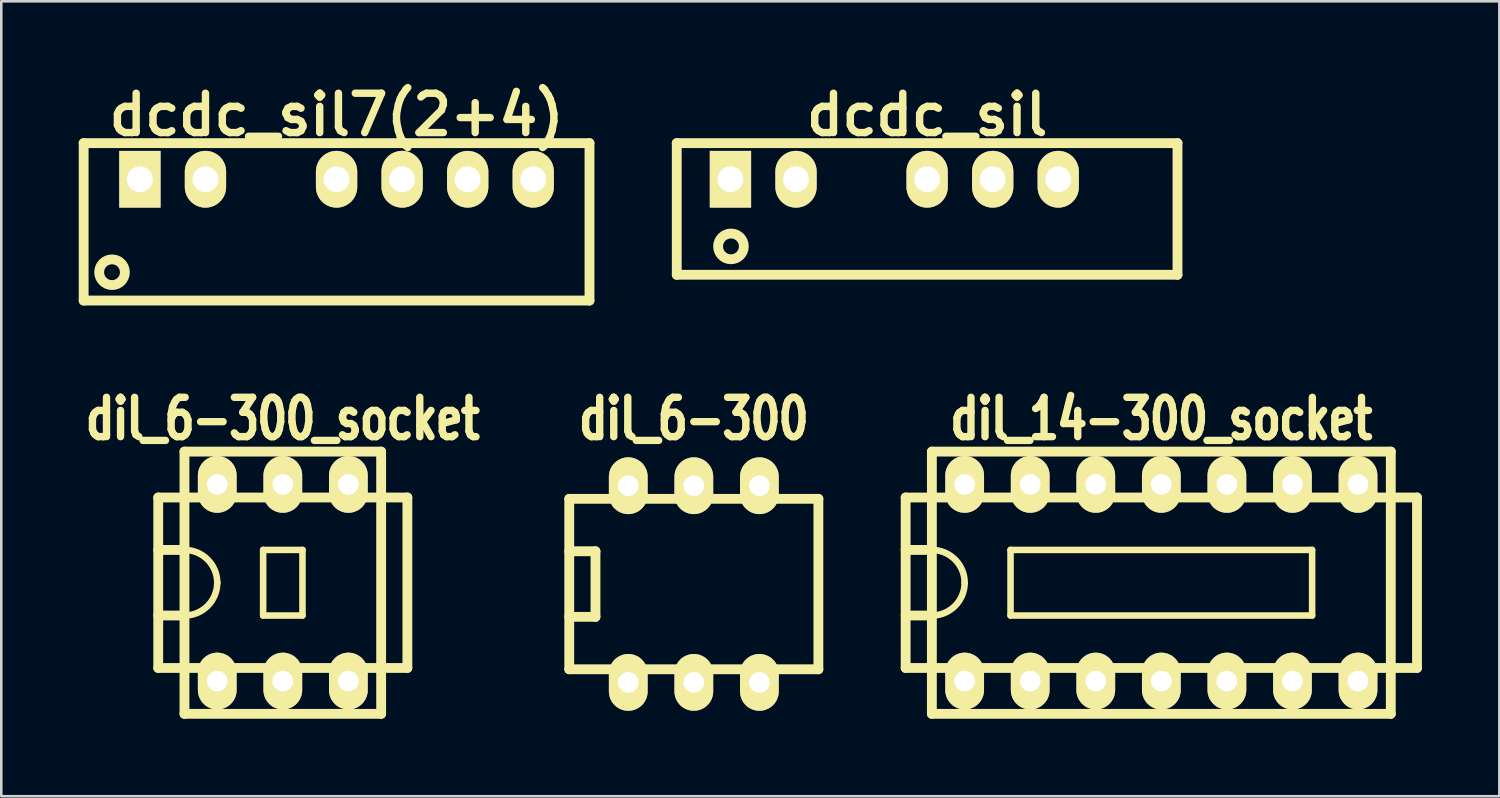
<source format=kicad_pcb>
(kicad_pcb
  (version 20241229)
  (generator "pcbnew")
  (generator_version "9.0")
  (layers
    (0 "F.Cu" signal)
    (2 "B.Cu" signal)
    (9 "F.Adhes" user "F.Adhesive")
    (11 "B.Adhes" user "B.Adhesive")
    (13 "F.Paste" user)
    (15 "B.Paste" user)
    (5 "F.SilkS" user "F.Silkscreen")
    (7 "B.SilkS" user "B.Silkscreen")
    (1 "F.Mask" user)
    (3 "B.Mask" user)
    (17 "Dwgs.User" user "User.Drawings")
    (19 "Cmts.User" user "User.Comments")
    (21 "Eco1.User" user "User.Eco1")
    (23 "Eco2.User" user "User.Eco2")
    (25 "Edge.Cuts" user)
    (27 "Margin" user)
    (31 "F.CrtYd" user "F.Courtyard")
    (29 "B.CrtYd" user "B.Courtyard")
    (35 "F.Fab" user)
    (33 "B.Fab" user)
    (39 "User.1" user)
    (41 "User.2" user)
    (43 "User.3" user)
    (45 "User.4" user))
  (footprint "dil_6-300_socket"
    (layer "F.Cu")
    (at 7.907 19.527)
    (property "Reference" "dil_6-300_socket" (at 0 -6.35 0) (layer "F.SilkS") (effects (font (size 1.524 1.143) (thickness 0.287))))
    (attr through_hole)
    (fp_line (start -4.826 -3.302) (end 4.826 -3.302) (stroke (width 0.381) (type solid)) (layer "F.SilkS"))
    (fp_line (start -4.826 3.302) (end -4.826 -3.302) (stroke (width 0.381) (type solid)) (layer "F.SilkS"))
    (fp_line (start -3.81 -5.08) (end 3.81 -5.08) (stroke (width 0.381) (type solid)) (layer "F.SilkS"))
    (fp_line (start -3.81 -1.27) (end -4.826 -1.27) (stroke (width 0.381) (type solid)) (layer "F.SilkS"))
    (fp_line (start -3.81 1.27) (end -4.826 1.27) (stroke (width 0.381) (type solid)) (layer "F.SilkS"))
    (fp_line (start -3.81 5.08) (end -3.81 -5.08) (stroke (width 0.381) (type solid)) (layer "F.SilkS"))
    (fp_line (start -0.762 -1.27) (end -0.762 1.27) (stroke (width 0.254) (type solid)) (layer "F.SilkS"))
    (fp_line (start -0.762 1.27) (end 0.762 1.27) (stroke (width 0.254) (type solid)) (layer "F.SilkS"))
    (fp_line (start 0.762 -1.27) (end -0.762 -1.27) (stroke (width 0.254) (type solid)) (layer "F.SilkS"))
    (fp_line (start 0.762 1.27) (end 0.762 -1.27) (stroke (width 0.254) (type solid)) (layer "F.SilkS"))
    (fp_line (start 3.81 -5.08) (end 3.81 5.08) (stroke (width 0.381) (type solid)) (layer "F.SilkS"))
    (fp_line (start 3.81 5.08) (end -3.81 5.08) (stroke (width 0.381) (type solid)) (layer "F.SilkS"))
    (fp_line (start 4.826 -3.302) (end 4.826 3.302) (stroke (width 0.381) (type solid)) (layer "F.SilkS"))
    (fp_line (start 4.826 3.302) (end -4.826 3.302) (stroke (width 0.381) (type solid)) (layer "F.SilkS"))
    (fp_arc (start -3.81 -1.27) (mid -2.911974 -0.898026) (end -2.54 0) (stroke (width 0.254) (type solid)) (layer "F.SilkS"))
    (fp_arc (start -2.54 0) (mid -2.911974 0.898026) (end -3.81 1.27) (stroke (width 0.254) (type solid)) (layer "F.SilkS"))
    (pad "1" thru_hole oval (at -2.54 3.81) (size 1.501 2.2) (drill 0.8) (layers "*.Cu" "*.Mask" "F.SilkS"))
    (pad "2" thru_hole oval (at 0 3.81) (size 1.501 2.2) (drill 0.8) (layers "*.Cu" "*.Mask" "F.SilkS"))
    (pad "3" thru_hole oval (at 2.54 3.81) (size 1.501 2.2) (drill 0.8) (layers "*.Cu" "*.Mask" "F.SilkS"))
    (pad "4" thru_hole oval (at 2.54 -3.81) (size 1.501 2.2) (drill 0.8) (layers "*.Cu" "*.Mask" "F.SilkS"))
    (pad "5" thru_hole oval (at 0 -3.81) (size 1.501 2.2) (drill 0.8) (layers "*.Cu" "*.Mask" "F.SilkS"))
    (pad "6" thru_hole oval (at -2.54 -3.81) (size 1.501 2.2) (drill 0.8) (layers "*.Cu" "*.Mask" "F.SilkS")))
  (footprint "dcdc_sil7(2+4)"
    (layer "F.Cu")
    (at 9.99 3.895)
    (property "Reference" "dcdc_sil7(2+4)" (at 0 -2.499 0) (layer "F.SilkS") (effects (font (size 1.524 1.524) (thickness 0.287))))
    (attr through_hole)
    (fp_line (start -9.799 -1.4) (end -9.799 4.699) (stroke (width 0.381) (type solid)) (layer "F.SilkS"))
    (fp_line (start -9.799 -1.4) (end 9.799 -1.4) (stroke (width 0.381) (type solid)) (layer "F.SilkS"))
    (fp_line (start -9.799 4.699) (end 9.799 4.699) (stroke (width 0.381) (type solid)) (layer "F.SilkS"))
    (fp_line (start 9.799 4.699) (end 9.799 -1.4) (stroke (width 0.381) (type solid)) (layer "F.SilkS"))
    (fp_circle (center -8.7 3.602) (end -8.999 4) (stroke (width 0.381) (type solid)) (fill no) (layer "F.SilkS"))
    (pad "1" thru_hole rect (at -7.62 0) (size 1.6 2.197) (drill 1.001) (layers "*.Cu" "*.Mask" "F.SilkS"))
    (pad "2" thru_hole oval (at -5.08 0) (size 1.6 2.2) (drill 1.001) (layers "*.Cu" "*.Mask" "F.SilkS"))
    (pad "4" thru_hole oval (at 0 0) (size 1.6 2.2) (drill 1.001) (layers "*.Cu" "*.Mask" "F.SilkS"))
    (pad "5" thru_hole oval (at 2.54 0) (size 1.6 2.2) (drill 1.001) (layers "*.Cu" "*.Mask" "F.SilkS"))
    (pad "6" thru_hole oval (at 5.08 0) (size 1.6 2.197) (drill 1.001) (layers "*.Cu" "*.Mask" "F.SilkS"))
    (pad "7" thru_hole oval (at 7.62 0) (size 1.6 2.197) (drill 1.001) (layers "*.Cu" "*.Mask" "F.SilkS")))
  (footprint "dcdc_sil"
    (layer "F.Cu")
    (at 32.87 3.895)
    (property "Reference" "dcdc_sil" (at 0 -2.499 0) (layer "F.SilkS") (effects (font (size 1.524 1.524) (thickness 0.287))))
    (attr through_hole)
    (fp_line (start -9.7 -1.4) (end 9.7 -1.4) (stroke (width 0.381) (type solid)) (layer "F.SilkS"))
    (fp_line (start -9.7 3.701) (end -9.7 -1.4) (stroke (width 0.381) (type solid)) (layer "F.SilkS"))
    (fp_line (start 9.7 -1.4) (end 9.7 3.701) (stroke (width 0.381) (type solid)) (layer "F.SilkS"))
    (fp_line (start 9.7 3.701) (end -9.7 3.701) (stroke (width 0.381) (type solid)) (layer "F.SilkS"))
    (fp_circle (center -7.6 2.601) (end -7.899 3) (stroke (width 0.381) (type solid)) (fill no) (layer "F.SilkS"))
    (pad "1" thru_hole rect (at -7.62 0) (size 1.6 2.197) (drill 1.001) (layers "*.Cu" "*.Mask" "F.SilkS"))
    (pad "2" thru_hole oval (at -5.08 0) (size 1.6 2.2) (drill 1.001) (layers "*.Cu" "*.Mask" "F.SilkS"))
    (pad "4" thru_hole oval (at 0 0) (size 1.6 2.2) (drill 1.001) (layers "*.Cu" "*.Mask" "F.SilkS"))
    (pad "5" thru_hole oval (at 2.54 0) (size 1.6 2.2) (drill 1.001) (layers "*.Cu" "*.Mask" "F.SilkS"))
    (pad "6" thru_hole oval (at 5.08 0) (size 1.6 2.2) (drill 1.001) (layers "*.Cu" "*.Mask" "F.SilkS")))
  (footprint "dil_6-300"
    (layer "F.Cu")
    (at 23.831 19.578)
    (property "Reference" "dil_6-300" (at 0 -6.401 0) (layer "F.SilkS") (effects (font (size 1.524 1.143) (thickness 0.287))))
    (attr through_hole)
    (fp_line (start -4.826 -3.302) (end 4.826 -3.302) (stroke (width 0.381) (type solid)) (layer "F.SilkS"))
    (fp_line (start -4.826 3.302) (end -4.826 -3.302) (stroke (width 0.381) (type solid)) (layer "F.SilkS"))
    (fp_line (start -3.81 -1.27) (end -4.826 -1.27) (stroke (width 0.381) (type solid)) (layer "F.SilkS"))
    (fp_line (start -3.81 -1.27) (end -3.81 1.27) (stroke (width 0.381) (type solid)) (layer "F.SilkS"))
    (fp_line (start -3.81 1.27) (end -4.826 1.27) (stroke (width 0.381) (type solid)) (layer "F.SilkS"))
    (fp_line (start 4.826 -3.302) (end 4.826 3.302) (stroke (width 0.381) (type solid)) (layer "F.SilkS"))
    (fp_line (start 4.826 3.302) (end -4.826 3.302) (stroke (width 0.381) (type solid)) (layer "F.SilkS"))
    (pad "1" thru_hole oval (at -2.54 3.81) (size 1.501 2.2) (drill 0.8) (layers "*.Cu" "*.Mask" "F.SilkS"))
    (pad "2" thru_hole oval (at 0 3.81) (size 1.501 2.2) (drill 0.8) (layers "*.Cu" "*.Mask" "F.SilkS"))
    (pad "3" thru_hole oval (at 2.54 3.81) (size 1.501 2.2) (drill 0.8) (layers "*.Cu" "*.Mask" "F.SilkS"))
    (pad "4" thru_hole oval (at 2.54 -3.81) (size 1.501 2.2) (drill 0.8) (layers "*.Cu" "*.Mask" "F.SilkS"))
    (pad "5" thru_hole oval (at 0 -3.81) (size 1.501 2.2) (drill 0.8) (layers "*.Cu" "*.Mask" "F.SilkS"))
    (pad "6" thru_hole oval (at -2.54 -3.81) (size 1.501 2.2) (drill 0.8) (layers "*.Cu" "*.Mask" "F.SilkS")))
  (footprint "dil_14-300_socket"
    (layer "F.Cu")
    (at 41.944 19.527)
    (property "Reference" "dil_14-300_socket" (at 0 -6.35 0) (layer "F.SilkS") (effects (font (size 1.524 1.143) (thickness 0.287))))
    (attr through_hole)
    (fp_line (start -9.906 -3.302) (end 9.906 -3.302) (stroke (width 0.381) (type solid)) (layer "F.SilkS"))
    (fp_line (start -9.906 3.302) (end -9.906 -3.302) (stroke (width 0.381) (type solid)) (layer "F.SilkS"))
    (fp_line (start -8.89 -1.27) (end -9.906 -1.27) (stroke (width 0.381) (type solid)) (layer "F.SilkS"))
    (fp_line (start -8.89 1.27) (end -9.906 1.27) (stroke (width 0.381) (type solid)) (layer "F.SilkS"))
    (fp_line (start -8.89 5.08) (end -8.89 -5.08) (stroke (width 0.381) (type solid)) (layer "F.SilkS"))
    (fp_line (start -8.89 5.08) (end 8.89 5.08) (stroke (width 0.381) (type solid)) (layer "F.SilkS"))
    (fp_line (start -5.842 -1.27) (end -5.842 1.27) (stroke (width 0.254) (type solid)) (layer "F.SilkS"))
    (fp_line (start -5.842 -1.27) (end 5.842 -1.27) (stroke (width 0.254) (type solid)) (layer "F.SilkS"))
    (fp_line (start 5.842 1.27) (end -5.842 1.27) (stroke (width 0.254) (type solid)) (layer "F.SilkS"))
    (fp_line (start 5.842 1.27) (end 5.842 -1.27) (stroke (width 0.254) (type solid)) (layer "F.SilkS"))
    (fp_line (start 8.89 -5.08) (end -8.89 -5.08) (stroke (width 0.381) (type solid)) (layer "F.SilkS"))
    (fp_line (start 8.89 -5.08) (end 8.89 5.08) (stroke (width 0.381) (type solid)) (layer "F.SilkS"))
    (fp_line (start 9.906 -3.302) (end 9.906 3.302) (stroke (width 0.381) (type solid)) (layer "F.SilkS"))
    (fp_line (start 9.906 3.302) (end -9.906 3.302) (stroke (width 0.381) (type solid)) (layer "F.SilkS"))
    (fp_arc (start -8.89 -1.27) (mid -7.991974 -0.898026) (end -7.62 0) (stroke (width 0.254) (type solid)) (layer "F.SilkS"))
    (fp_arc (start -7.62 0) (mid -7.991974 0.898026) (end -8.89 1.27) (stroke (width 0.254) (type solid)) (layer "F.SilkS"))
    (pad "1" thru_hole oval (at -7.62 3.81) (size 1.501 2.2) (drill 0.8) (layers "*.Cu" "*.Mask" "F.SilkS"))
    (pad "2" thru_hole oval (at -5.08 3.81) (size 1.501 2.2) (drill 0.8) (layers "*.Cu" "*.Mask" "F.SilkS"))
    (pad "3" thru_hole oval (at -2.54 3.81) (size 1.501 2.2) (drill 0.8) (layers "*.Cu" "*.Mask" "F.SilkS"))
    (pad "4" thru_hole oval (at 0 3.81) (size 1.501 2.2) (drill 0.8) (layers "*.Cu" "*.Mask" "F.SilkS"))
    (pad "5" thru_hole oval (at 2.54 3.81) (size 1.501 2.2) (drill 0.8) (layers "*.Cu" "*.Mask" "F.SilkS"))
    (pad "6" thru_hole oval (at 5.08 3.81) (size 1.501 2.2) (drill 0.8) (layers "*.Cu" "*.Mask" "F.SilkS"))
    (pad "7" thru_hole oval (at 7.62 3.81) (size 1.501 2.2) (drill 0.8) (layers "*.Cu" "*.Mask" "F.SilkS"))
    (pad "8" thru_hole oval (at 7.62 -3.81) (size 1.501 2.2) (drill 0.8) (layers "*.Cu" "*.Mask" "F.SilkS"))
    (pad "9" thru_hole oval (at 5.08 -3.81) (size 1.501 2.2) (drill 0.8) (layers "*.Cu" "*.Mask" "F.SilkS"))
    (pad "10" thru_hole oval (at 2.54 -3.81) (size 1.501 2.2) (drill 0.8) (layers "*.Cu" "*.Mask" "F.SilkS"))
    (pad "11" thru_hole oval (at 0 -3.81) (size 1.501 2.2) (drill 0.8) (layers "*.Cu" "*.Mask" "F.SilkS"))
    (pad "12" thru_hole oval (at -2.54 -3.81) (size 1.501 2.2) (drill 0.8) (layers "*.Cu" "*.Mask" "F.SilkS"))
    (pad "13" thru_hole oval (at -5.08 -3.81) (size 1.501 2.2) (drill 0.8) (layers "*.Cu" "*.Mask" "F.SilkS"))
    (pad "14" thru_hole oval (at -7.62 -3.81) (size 1.501 2.2) (drill 0.8) (layers "*.Cu" "*.Mask" "F.SilkS")))
  (gr_rect
    (start -3 -3)
    (end 55.04 27.798)
    (stroke (width 0.1) (type default))
    (fill no)
    (layer "Edge.Cuts")))
</source>
